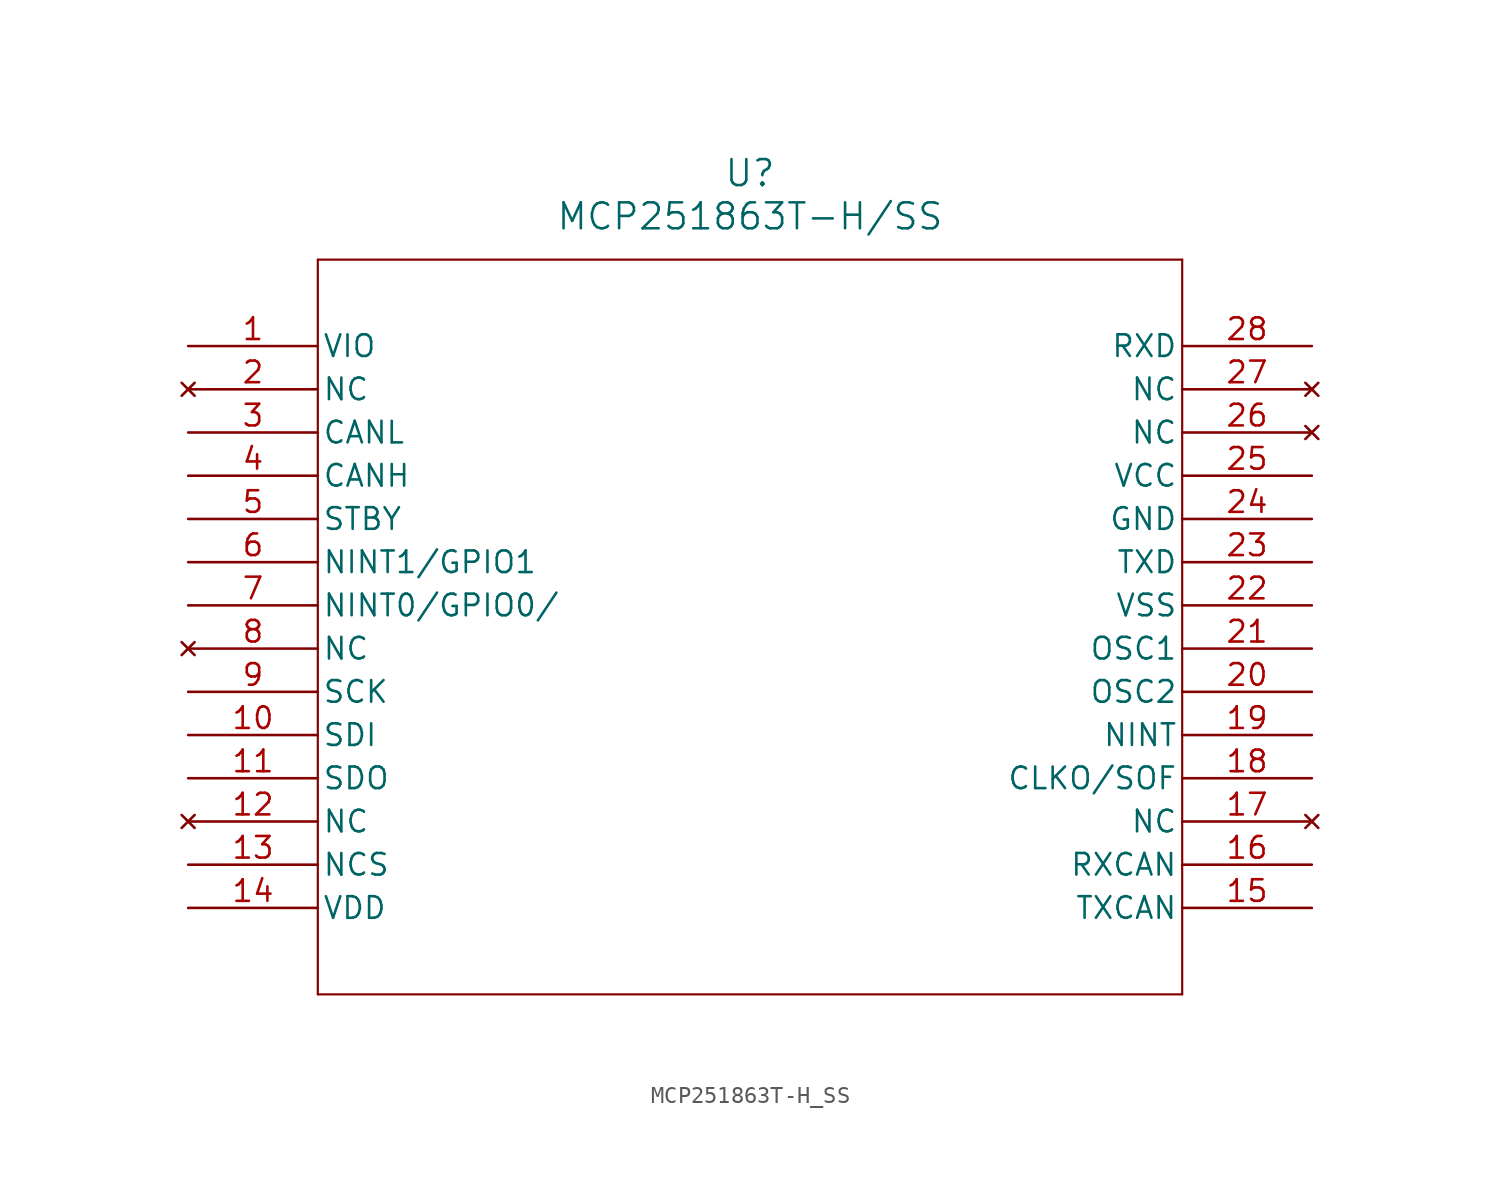
<source format=kicad_sym>
(kicad_symbol_lib
  (version 20211014)
  (generator kicad_symbol_editor)
  (symbol "MCP251863T-H_SS"
    (pin_names
      (offset 0.254))
    (property "Reference" "U"
      (at 33.02 10.16 0)
      (effects (font (size 1.524 1.524))))
    (property "Value" "MCP251863T-H/SS"
      (at 33.02 7.62 0)
      (effects (font (size 1.524 1.524))))
    (symbol "MCP251863T-H_SS_0_1"
      (polyline (pts (xy 7.62 5.08) (xy 7.62 -38.1)) (stroke (width 0.127) (type default) (color 0 0 0 0)) (fill (type none)))
      (polyline (pts (xy 7.62 -38.1) (xy 58.42 -38.1)) (stroke (width 0.127) (type default) (color 0 0 0 0)) (fill (type none)))
      (polyline (pts (xy 58.42 -38.1) (xy 58.42 5.08)) (stroke (width 0.127) (type default) (color 0 0 0 0)) (fill (type none)))
      (polyline (pts (xy 58.42 5.08) (xy 7.62 5.08)) (stroke (width 0.127) (type default) (color 0 0 0 0)) (fill (type none)))
      (pin power_in line (at 0 0 0) (length 7.62) (name "VIO" (effects (font (size 1.27 1.27)))) (number "1" (effects (font (size 1.27 1.27)))))
      (pin no_connect line (at 0 -2.54 0) (length 7.62) (name "NC" (effects (font (size 1.27 1.27)))) (number "2" (effects (font (size 1.27 1.27)))))
      (pin bidirectional line (at 0 -5.08 0) (length 7.62) (name "CANL" (effects (font (size 1.27 1.27)))) (number "3" (effects (font (size 1.27 1.27)))))
      (pin bidirectional line (at 0 -7.62 0) (length 7.62) (name "CANH" (effects (font (size 1.27 1.27)))) (number "4" (effects (font (size 1.27 1.27)))))
      (pin input line (at 0 -10.16 0) (length 7.62) (name "STBY" (effects (font (size 1.27 1.27)))) (number "5" (effects (font (size 1.27 1.27)))))
      (pin bidirectional line (at 0 -12.7 0) (length 7.62) (name "NINT1/GPIO1" (effects (font (size 1.27 1.27)))) (number "6" (effects (font (size 1.27 1.27)))))
      (pin bidirectional line (at 0 -15.24 0) (length 7.62) (name "NINT0/GPIO0/" (effects (font (size 1.27 1.27)))) (number "7" (effects (font (size 1.27 1.27)))))
      (pin no_connect line (at 0 -17.78 0) (length 7.62) (name "NC" (effects (font (size 1.27 1.27)))) (number "8" (effects (font (size 1.27 1.27)))))
      (pin input line (at 0 -20.32 0) (length 7.62) (name "SCK" (effects (font (size 1.27 1.27)))) (number "9" (effects (font (size 1.27 1.27)))))
      (pin input line (at 0 -22.86 0) (length 7.62) (name "SDI" (effects (font (size 1.27 1.27)))) (number "10" (effects (font (size 1.27 1.27)))))
      (pin output line (at 0 -25.4 0) (length 7.62) (name "SDO" (effects (font (size 1.27 1.27)))) (number "11" (effects (font (size 1.27 1.27)))))
      (pin no_connect line (at 0 -27.94 0) (length 7.62) (name "NC" (effects (font (size 1.27 1.27)))) (number "12" (effects (font (size 1.27 1.27)))))
      (pin input line (at 0 -30.48 0) (length 7.62) (name "NCS" (effects (font (size 1.27 1.27)))) (number "13" (effects (font (size 1.27 1.27)))))
      (pin power_in line (at 0 -33.02 0) (length 7.62) (name "VDD" (effects (font (size 1.27 1.27)))) (number "14" (effects (font (size 1.27 1.27)))))
      (pin output line (at 66.04 -33.02 180) (length 7.62) (name "TXCAN" (effects (font (size 1.27 1.27)))) (number "15" (effects (font (size 1.27 1.27)))))
      (pin input line (at 66.04 -30.48 180) (length 7.62) (name "RXCAN" (effects (font (size 1.27 1.27)))) (number "16" (effects (font (size 1.27 1.27)))))
      (pin no_connect line (at 66.04 -27.94 180) (length 7.62) (name "NC" (effects (font (size 1.27 1.27)))) (number "17" (effects (font (size 1.27 1.27)))))
      (pin output line (at 66.04 -25.4 180) (length 7.62) (name "CLKO/SOF" (effects (font (size 1.27 1.27)))) (number "18" (effects (font (size 1.27 1.27)))))
      (pin output line (at 66.04 -22.86 180) (length 7.62) (name "NINT" (effects (font (size 1.27 1.27)))) (number "19" (effects (font (size 1.27 1.27)))))
      (pin output line (at 66.04 -20.32 180) (length 7.62) (name "OSC2" (effects (font (size 1.27 1.27)))) (number "20" (effects (font (size 1.27 1.27)))))
      (pin input line (at 66.04 -17.78 180) (length 7.62) (name "OSC1" (effects (font (size 1.27 1.27)))) (number "21" (effects (font (size 1.27 1.27)))))
      (pin power_in line (at 66.04 -15.24 180) (length 7.62) (name "VSS" (effects (font (size 1.27 1.27)))) (number "22" (effects (font (size 1.27 1.27)))))
      (pin input line (at 66.04 -12.7 180) (length 7.62) (name "TXD" (effects (font (size 1.27 1.27)))) (number "23" (effects (font (size 1.27 1.27)))))
      (pin power_in line (at 66.04 -10.16 180) (length 7.62) (name "GND" (effects (font (size 1.27 1.27)))) (number "24" (effects (font (size 1.27 1.27)))))
      (pin power_in line (at 66.04 -7.62 180) (length 7.62) (name "VCC" (effects (font (size 1.27 1.27)))) (number "25" (effects (font (size 1.27 1.27)))))
      (pin no_connect line (at 66.04 -5.08 180) (length 7.62) (name "NC" (effects (font (size 1.27 1.27)))) (number "26" (effects (font (size 1.27 1.27)))))
      (pin no_connect line (at 66.04 -2.54 180) (length 7.62) (name "NC" (effects (font (size 1.27 1.27)))) (number "27" (effects (font (size 1.27 1.27)))))
      (pin output line (at 66.04 0 180) (length 7.62) (name "RXD" (effects (font (size 1.27 1.27)))) (number "28" (effects (font (size 1.27 1.27))))))))
</source>
